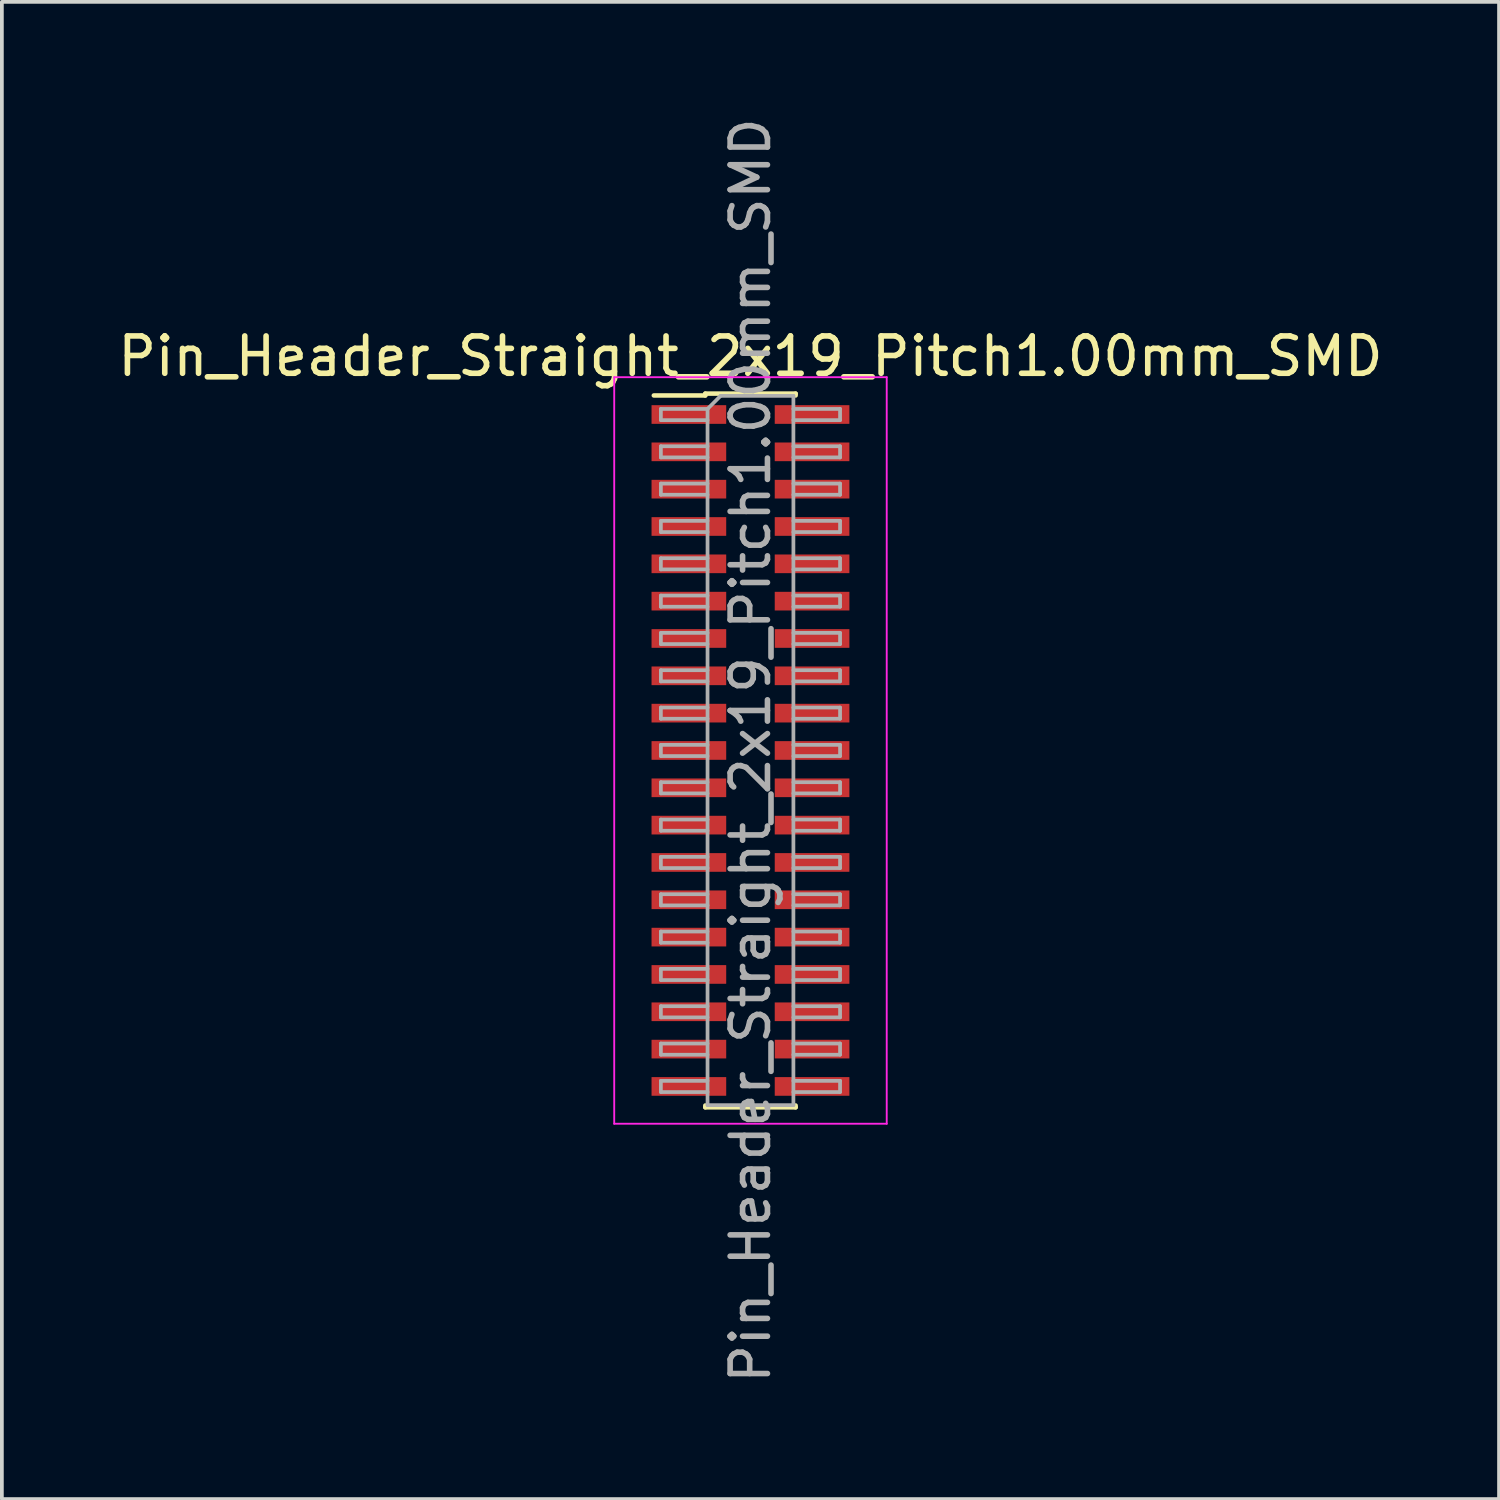
<source format=kicad_pcb>
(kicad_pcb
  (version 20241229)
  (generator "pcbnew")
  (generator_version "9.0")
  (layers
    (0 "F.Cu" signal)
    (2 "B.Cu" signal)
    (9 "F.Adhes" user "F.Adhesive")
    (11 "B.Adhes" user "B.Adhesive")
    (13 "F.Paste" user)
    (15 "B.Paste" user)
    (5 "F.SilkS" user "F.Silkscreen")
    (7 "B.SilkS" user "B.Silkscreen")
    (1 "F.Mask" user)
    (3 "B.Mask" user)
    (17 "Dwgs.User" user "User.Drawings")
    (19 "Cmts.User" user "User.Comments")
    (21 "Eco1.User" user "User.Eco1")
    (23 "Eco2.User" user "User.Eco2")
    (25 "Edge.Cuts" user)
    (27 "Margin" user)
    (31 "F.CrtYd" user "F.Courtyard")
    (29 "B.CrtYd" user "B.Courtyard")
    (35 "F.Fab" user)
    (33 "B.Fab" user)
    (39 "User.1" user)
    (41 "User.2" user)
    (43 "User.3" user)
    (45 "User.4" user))
  (footprint "Pin_Header_Straight_2x19_Pitch1.00mm_SMD"
    (layer "F.Cu")
    (at 17.054 17.054)
    (property "Reference" "Pin_Header_Straight_2x19_Pitch1.00mm_SMD" (at 0 -10.56 0) (layer "F.SilkS") (effects (font (size 1 1) (thickness 0.15))))
    (attr smd)
    (fp_line (start -2.59 -9.51) (end -1.21 -9.51) (stroke (width 0.12) (type solid)) (layer "F.SilkS"))
    (fp_line (start -1.21 -9.56) (end -1.21 -9.51) (stroke (width 0.12) (type solid)) (layer "F.SilkS"))
    (fp_line (start -1.21 -9.56) (end 1.21 -9.56) (stroke (width 0.12) (type solid)) (layer "F.SilkS"))
    (fp_line (start -1.21 9.51) (end -1.21 9.56) (stroke (width 0.12) (type solid)) (layer "F.SilkS"))
    (fp_line (start -1.21 9.56) (end 1.21 9.56) (stroke (width 0.12) (type solid)) (layer "F.SilkS"))
    (fp_line (start 1.21 -9.56) (end 1.21 -9.51) (stroke (width 0.12) (type solid)) (layer "F.SilkS"))
    (fp_line (start 1.21 9.51) (end 1.21 9.56) (stroke (width 0.12) (type solid)) (layer "F.SilkS"))
    (fp_line (start -3.65 -10) (end -3.65 10) (stroke (width 0.05) (type solid)) (layer "F.CrtYd"))
    (fp_line (start -3.65 10) (end 3.65 10) (stroke (width 0.05) (type solid)) (layer "F.CrtYd"))
    (fp_line (start 3.65 -10) (end -3.65 -10) (stroke (width 0.05) (type solid)) (layer "F.CrtYd"))
    (fp_line (start 3.65 10) (end 3.65 -10) (stroke (width 0.05) (type solid)) (layer "F.CrtYd"))
    (fp_line (start -2.4 -9.15) (end -2.4 -8.85) (stroke (width 0.1) (type solid)) (layer "F.Fab"))
    (fp_line (start -2.4 -8.85) (end -1.15 -8.85) (stroke (width 0.1) (type solid)) (layer "F.Fab"))
    (fp_line (start -2.4 -8.15) (end -2.4 -7.85) (stroke (width 0.1) (type solid)) (layer "F.Fab"))
    (fp_line (start -2.4 -7.85) (end -1.15 -7.85) (stroke (width 0.1) (type solid)) (layer "F.Fab"))
    (fp_line (start -2.4 -7.15) (end -2.4 -6.85) (stroke (width 0.1) (type solid)) (layer "F.Fab"))
    (fp_line (start -2.4 -6.85) (end -1.15 -6.85) (stroke (width 0.1) (type solid)) (layer "F.Fab"))
    (fp_line (start -2.4 -6.15) (end -2.4 -5.85) (stroke (width 0.1) (type solid)) (layer "F.Fab"))
    (fp_line (start -2.4 -5.85) (end -1.15 -5.85) (stroke (width 0.1) (type solid)) (layer "F.Fab"))
    (fp_line (start -2.4 -5.15) (end -2.4 -4.85) (stroke (width 0.1) (type solid)) (layer "F.Fab"))
    (fp_line (start -2.4 -4.85) (end -1.15 -4.85) (stroke (width 0.1) (type solid)) (layer "F.Fab"))
    (fp_line (start -2.4 -4.15) (end -2.4 -3.85) (stroke (width 0.1) (type solid)) (layer "F.Fab"))
    (fp_line (start -2.4 -3.85) (end -1.15 -3.85) (stroke (width 0.1) (type solid)) (layer "F.Fab"))
    (fp_line (start -2.4 -3.15) (end -2.4 -2.85) (stroke (width 0.1) (type solid)) (layer "F.Fab"))
    (fp_line (start -2.4 -2.85) (end -1.15 -2.85) (stroke (width 0.1) (type solid)) (layer "F.Fab"))
    (fp_line (start -2.4 -2.15) (end -2.4 -1.85) (stroke (width 0.1) (type solid)) (layer "F.Fab"))
    (fp_line (start -2.4 -1.85) (end -1.15 -1.85) (stroke (width 0.1) (type solid)) (layer "F.Fab"))
    (fp_line (start -2.4 -1.15) (end -2.4 -0.85) (stroke (width 0.1) (type solid)) (layer "F.Fab"))
    (fp_line (start -2.4 -0.85) (end -1.15 -0.85) (stroke (width 0.1) (type solid)) (layer "F.Fab"))
    (fp_line (start -2.4 -0.15) (end -2.4 0.15) (stroke (width 0.1) (type solid)) (layer "F.Fab"))
    (fp_line (start -2.4 0.15) (end -1.15 0.15) (stroke (width 0.1) (type solid)) (layer "F.Fab"))
    (fp_line (start -2.4 0.85) (end -2.4 1.15) (stroke (width 0.1) (type solid)) (layer "F.Fab"))
    (fp_line (start -2.4 1.15) (end -1.15 1.15) (stroke (width 0.1) (type solid)) (layer "F.Fab"))
    (fp_line (start -2.4 1.85) (end -2.4 2.15) (stroke (width 0.1) (type solid)) (layer "F.Fab"))
    (fp_line (start -2.4 2.15) (end -1.15 2.15) (stroke (width 0.1) (type solid)) (layer "F.Fab"))
    (fp_line (start -2.4 2.85) (end -2.4 3.15) (stroke (width 0.1) (type solid)) (layer "F.Fab"))
    (fp_line (start -2.4 3.15) (end -1.15 3.15) (stroke (width 0.1) (type solid)) (layer "F.Fab"))
    (fp_line (start -2.4 3.85) (end -2.4 4.15) (stroke (width 0.1) (type solid)) (layer "F.Fab"))
    (fp_line (start -2.4 4.15) (end -1.15 4.15) (stroke (width 0.1) (type solid)) (layer "F.Fab"))
    (fp_line (start -2.4 4.85) (end -2.4 5.15) (stroke (width 0.1) (type solid)) (layer "F.Fab"))
    (fp_line (start -2.4 5.15) (end -1.15 5.15) (stroke (width 0.1) (type solid)) (layer "F.Fab"))
    (fp_line (start -2.4 5.85) (end -2.4 6.15) (stroke (width 0.1) (type solid)) (layer "F.Fab"))
    (fp_line (start -2.4 6.15) (end -1.15 6.15) (stroke (width 0.1) (type solid)) (layer "F.Fab"))
    (fp_line (start -2.4 6.85) (end -2.4 7.15) (stroke (width 0.1) (type solid)) (layer "F.Fab"))
    (fp_line (start -2.4 7.15) (end -1.15 7.15) (stroke (width 0.1) (type solid)) (layer "F.Fab"))
    (fp_line (start -2.4 7.85) (end -2.4 8.15) (stroke (width 0.1) (type solid)) (layer "F.Fab"))
    (fp_line (start -2.4 8.15) (end -1.15 8.15) (stroke (width 0.1) (type solid)) (layer "F.Fab"))
    (fp_line (start -2.4 8.85) (end -2.4 9.15) (stroke (width 0.1) (type solid)) (layer "F.Fab"))
    (fp_line (start -2.4 9.15) (end -1.15 9.15) (stroke (width 0.1) (type solid)) (layer "F.Fab"))
    (fp_line (start -1.15 -9.15) (end -2.4 -9.15) (stroke (width 0.1) (type solid)) (layer "F.Fab"))
    (fp_line (start -1.15 -9.15) (end -0.8 -9.5) (stroke (width 0.1) (type solid)) (layer "F.Fab"))
    (fp_line (start -1.15 -8.15) (end -2.4 -8.15) (stroke (width 0.1) (type solid)) (layer "F.Fab"))
    (fp_line (start -1.15 -7.15) (end -2.4 -7.15) (stroke (width 0.1) (type solid)) (layer "F.Fab"))
    (fp_line (start -1.15 -6.15) (end -2.4 -6.15) (stroke (width 0.1) (type solid)) (layer "F.Fab"))
    (fp_line (start -1.15 -5.15) (end -2.4 -5.15) (stroke (width 0.1) (type solid)) (layer "F.Fab"))
    (fp_line (start -1.15 -4.15) (end -2.4 -4.15) (stroke (width 0.1) (type solid)) (layer "F.Fab"))
    (fp_line (start -1.15 -3.15) (end -2.4 -3.15) (stroke (width 0.1) (type solid)) (layer "F.Fab"))
    (fp_line (start -1.15 -2.15) (end -2.4 -2.15) (stroke (width 0.1) (type solid)) (layer "F.Fab"))
    (fp_line (start -1.15 -1.15) (end -2.4 -1.15) (stroke (width 0.1) (type solid)) (layer "F.Fab"))
    (fp_line (start -1.15 -0.15) (end -2.4 -0.15) (stroke (width 0.1) (type solid)) (layer "F.Fab"))
    (fp_line (start -1.15 0.85) (end -2.4 0.85) (stroke (width 0.1) (type solid)) (layer "F.Fab"))
    (fp_line (start -1.15 1.85) (end -2.4 1.85) (stroke (width 0.1) (type solid)) (layer "F.Fab"))
    (fp_line (start -1.15 2.85) (end -2.4 2.85) (stroke (width 0.1) (type solid)) (layer "F.Fab"))
    (fp_line (start -1.15 3.85) (end -2.4 3.85) (stroke (width 0.1) (type solid)) (layer "F.Fab"))
    (fp_line (start -1.15 4.85) (end -2.4 4.85) (stroke (width 0.1) (type solid)) (layer "F.Fab"))
    (fp_line (start -1.15 5.85) (end -2.4 5.85) (stroke (width 0.1) (type solid)) (layer "F.Fab"))
    (fp_line (start -1.15 6.85) (end -2.4 6.85) (stroke (width 0.1) (type solid)) (layer "F.Fab"))
    (fp_line (start -1.15 7.85) (end -2.4 7.85) (stroke (width 0.1) (type solid)) (layer "F.Fab"))
    (fp_line (start -1.15 8.85) (end -2.4 8.85) (stroke (width 0.1) (type solid)) (layer "F.Fab"))
    (fp_line (start -1.15 9.5) (end -1.15 -9.15) (stroke (width 0.1) (type solid)) (layer "F.Fab"))
    (fp_line (start -0.8 -9.5) (end 1.15 -9.5) (stroke (width 0.1) (type solid)) (layer "F.Fab"))
    (fp_line (start 1.15 -9.5) (end 1.15 9.5) (stroke (width 0.1) (type solid)) (layer "F.Fab"))
    (fp_line (start 1.15 -9.15) (end 2.4 -9.15) (stroke (width 0.1) (type solid)) (layer "F.Fab"))
    (fp_line (start 1.15 -8.15) (end 2.4 -8.15) (stroke (width 0.1) (type solid)) (layer "F.Fab"))
    (fp_line (start 1.15 -7.15) (end 2.4 -7.15) (stroke (width 0.1) (type solid)) (layer "F.Fab"))
    (fp_line (start 1.15 -6.15) (end 2.4 -6.15) (stroke (width 0.1) (type solid)) (layer "F.Fab"))
    (fp_line (start 1.15 -5.15) (end 2.4 -5.15) (stroke (width 0.1) (type solid)) (layer "F.Fab"))
    (fp_line (start 1.15 -4.15) (end 2.4 -4.15) (stroke (width 0.1) (type solid)) (layer "F.Fab"))
    (fp_line (start 1.15 -3.15) (end 2.4 -3.15) (stroke (width 0.1) (type solid)) (layer "F.Fab"))
    (fp_line (start 1.15 -2.15) (end 2.4 -2.15) (stroke (width 0.1) (type solid)) (layer "F.Fab"))
    (fp_line (start 1.15 -1.15) (end 2.4 -1.15) (stroke (width 0.1) (type solid)) (layer "F.Fab"))
    (fp_line (start 1.15 -0.15) (end 2.4 -0.15) (stroke (width 0.1) (type solid)) (layer "F.Fab"))
    (fp_line (start 1.15 0.85) (end 2.4 0.85) (stroke (width 0.1) (type solid)) (layer "F.Fab"))
    (fp_line (start 1.15 1.85) (end 2.4 1.85) (stroke (width 0.1) (type solid)) (layer "F.Fab"))
    (fp_line (start 1.15 2.85) (end 2.4 2.85) (stroke (width 0.1) (type solid)) (layer "F.Fab"))
    (fp_line (start 1.15 3.85) (end 2.4 3.85) (stroke (width 0.1) (type solid)) (layer "F.Fab"))
    (fp_line (start 1.15 4.85) (end 2.4 4.85) (stroke (width 0.1) (type solid)) (layer "F.Fab"))
    (fp_line (start 1.15 5.85) (end 2.4 5.85) (stroke (width 0.1) (type solid)) (layer "F.Fab"))
    (fp_line (start 1.15 6.85) (end 2.4 6.85) (stroke (width 0.1) (type solid)) (layer "F.Fab"))
    (fp_line (start 1.15 7.85) (end 2.4 7.85) (stroke (width 0.1) (type solid)) (layer "F.Fab"))
    (fp_line (start 1.15 8.85) (end 2.4 8.85) (stroke (width 0.1) (type solid)) (layer "F.Fab"))
    (fp_line (start 1.15 9.5) (end -1.15 9.5) (stroke (width 0.1) (type solid)) (layer "F.Fab"))
    (fp_line (start 2.4 -9.15) (end 2.4 -8.85) (stroke (width 0.1) (type solid)) (layer "F.Fab"))
    (fp_line (start 2.4 -8.85) (end 1.15 -8.85) (stroke (width 0.1) (type solid)) (layer "F.Fab"))
    (fp_line (start 2.4 -8.15) (end 2.4 -7.85) (stroke (width 0.1) (type solid)) (layer "F.Fab"))
    (fp_line (start 2.4 -7.85) (end 1.15 -7.85) (stroke (width 0.1) (type solid)) (layer "F.Fab"))
    (fp_line (start 2.4 -7.15) (end 2.4 -6.85) (stroke (width 0.1) (type solid)) (layer "F.Fab"))
    (fp_line (start 2.4 -6.85) (end 1.15 -6.85) (stroke (width 0.1) (type solid)) (layer "F.Fab"))
    (fp_line (start 2.4 -6.15) (end 2.4 -5.85) (stroke (width 0.1) (type solid)) (layer "F.Fab"))
    (fp_line (start 2.4 -5.85) (end 1.15 -5.85) (stroke (width 0.1) (type solid)) (layer "F.Fab"))
    (fp_line (start 2.4 -5.15) (end 2.4 -4.85) (stroke (width 0.1) (type solid)) (layer "F.Fab"))
    (fp_line (start 2.4 -4.85) (end 1.15 -4.85) (stroke (width 0.1) (type solid)) (layer "F.Fab"))
    (fp_line (start 2.4 -4.15) (end 2.4 -3.85) (stroke (width 0.1) (type solid)) (layer "F.Fab"))
    (fp_line (start 2.4 -3.85) (end 1.15 -3.85) (stroke (width 0.1) (type solid)) (layer "F.Fab"))
    (fp_line (start 2.4 -3.15) (end 2.4 -2.85) (stroke (width 0.1) (type solid)) (layer "F.Fab"))
    (fp_line (start 2.4 -2.85) (end 1.15 -2.85) (stroke (width 0.1) (type solid)) (layer "F.Fab"))
    (fp_line (start 2.4 -2.15) (end 2.4 -1.85) (stroke (width 0.1) (type solid)) (layer "F.Fab"))
    (fp_line (start 2.4 -1.85) (end 1.15 -1.85) (stroke (width 0.1) (type solid)) (layer "F.Fab"))
    (fp_line (start 2.4 -1.15) (end 2.4 -0.85) (stroke (width 0.1) (type solid)) (layer "F.Fab"))
    (fp_line (start 2.4 -0.85) (end 1.15 -0.85) (stroke (width 0.1) (type solid)) (layer "F.Fab"))
    (fp_line (start 2.4 -0.15) (end 2.4 0.15) (stroke (width 0.1) (type solid)) (layer "F.Fab"))
    (fp_line (start 2.4 0.15) (end 1.15 0.15) (stroke (width 0.1) (type solid)) (layer "F.Fab"))
    (fp_line (start 2.4 0.85) (end 2.4 1.15) (stroke (width 0.1) (type solid)) (layer "F.Fab"))
    (fp_line (start 2.4 1.15) (end 1.15 1.15) (stroke (width 0.1) (type solid)) (layer "F.Fab"))
    (fp_line (start 2.4 1.85) (end 2.4 2.15) (stroke (width 0.1) (type solid)) (layer "F.Fab"))
    (fp_line (start 2.4 2.15) (end 1.15 2.15) (stroke (width 0.1) (type solid)) (layer "F.Fab"))
    (fp_line (start 2.4 2.85) (end 2.4 3.15) (stroke (width 0.1) (type solid)) (layer "F.Fab"))
    (fp_line (start 2.4 3.15) (end 1.15 3.15) (stroke (width 0.1) (type solid)) (layer "F.Fab"))
    (fp_line (start 2.4 3.85) (end 2.4 4.15) (stroke (width 0.1) (type solid)) (layer "F.Fab"))
    (fp_line (start 2.4 4.15) (end 1.15 4.15) (stroke (width 0.1) (type solid)) (layer "F.Fab"))
    (fp_line (start 2.4 4.85) (end 2.4 5.15) (stroke (width 0.1) (type solid)) (layer "F.Fab"))
    (fp_line (start 2.4 5.15) (end 1.15 5.15) (stroke (width 0.1) (type solid)) (layer "F.Fab"))
    (fp_line (start 2.4 5.85) (end 2.4 6.15) (stroke (width 0.1) (type solid)) (layer "F.Fab"))
    (fp_line (start 2.4 6.15) (end 1.15 6.15) (stroke (width 0.1) (type solid)) (layer "F.Fab"))
    (fp_line (start 2.4 6.85) (end 2.4 7.15) (stroke (width 0.1) (type solid)) (layer "F.Fab"))
    (fp_line (start 2.4 7.15) (end 1.15 7.15) (stroke (width 0.1) (type solid)) (layer "F.Fab"))
    (fp_line (start 2.4 7.85) (end 2.4 8.15) (stroke (width 0.1) (type solid)) (layer "F.Fab"))
    (fp_line (start 2.4 8.15) (end 1.15 8.15) (stroke (width 0.1) (type solid)) (layer "F.Fab"))
    (fp_line (start 2.4 8.85) (end 2.4 9.15) (stroke (width 0.1) (type solid)) (layer "F.Fab"))
    (fp_line (start 2.4 9.15) (end 1.15 9.15) (stroke (width 0.1) (type solid)) (layer "F.Fab"))
    (fp_text user "${REFERENCE}" (at 0 0 90) (layer "F.Fab") (effects (font (size 1 1) (thickness 0.15))))
    (pad "1" smd rect (at -1.65 -9) (size 2 0.5) (layers "F.Cu" "F.Mask" "F.Paste"))
    (pad "2" smd rect (at 1.65 -9) (size 2 0.5) (layers "F.Cu" "F.Mask" "F.Paste"))
    (pad "3" smd rect (at -1.65 -8) (size 2 0.5) (layers "F.Cu" "F.Mask" "F.Paste"))
    (pad "4" smd rect (at 1.65 -8) (size 2 0.5) (layers "F.Cu" "F.Mask" "F.Paste"))
    (pad "5" smd rect (at -1.65 -7) (size 2 0.5) (layers "F.Cu" "F.Mask" "F.Paste"))
    (pad "6" smd rect (at 1.65 -7) (size 2 0.5) (layers "F.Cu" "F.Mask" "F.Paste"))
    (pad "7" smd rect (at -1.65 -6) (size 2 0.5) (layers "F.Cu" "F.Mask" "F.Paste"))
    (pad "8" smd rect (at 1.65 -6) (size 2 0.5) (layers "F.Cu" "F.Mask" "F.Paste"))
    (pad "9" smd rect (at -1.65 -5) (size 2 0.5) (layers "F.Cu" "F.Mask" "F.Paste"))
    (pad "10" smd rect (at 1.65 -5) (size 2 0.5) (layers "F.Cu" "F.Mask" "F.Paste"))
    (pad "11" smd rect (at -1.65 -4) (size 2 0.5) (layers "F.Cu" "F.Mask" "F.Paste"))
    (pad "12" smd rect (at 1.65 -4) (size 2 0.5) (layers "F.Cu" "F.Mask" "F.Paste"))
    (pad "13" smd rect (at -1.65 -3) (size 2 0.5) (layers "F.Cu" "F.Mask" "F.Paste"))
    (pad "14" smd rect (at 1.65 -3) (size 2 0.5) (layers "F.Cu" "F.Mask" "F.Paste"))
    (pad "15" smd rect (at -1.65 -2) (size 2 0.5) (layers "F.Cu" "F.Mask" "F.Paste"))
    (pad "16" smd rect (at 1.65 -2) (size 2 0.5) (layers "F.Cu" "F.Mask" "F.Paste"))
    (pad "17" smd rect (at -1.65 -1) (size 2 0.5) (layers "F.Cu" "F.Mask" "F.Paste"))
    (pad "18" smd rect (at 1.65 -1) (size 2 0.5) (layers "F.Cu" "F.Mask" "F.Paste"))
    (pad "19" smd rect (at -1.65 0) (size 2 0.5) (layers "F.Cu" "F.Mask" "F.Paste"))
    (pad "20" smd rect (at 1.65 0) (size 2 0.5) (layers "F.Cu" "F.Mask" "F.Paste"))
    (pad "21" smd rect (at -1.65 1) (size 2 0.5) (layers "F.Cu" "F.Mask" "F.Paste"))
    (pad "22" smd rect (at 1.65 1) (size 2 0.5) (layers "F.Cu" "F.Mask" "F.Paste"))
    (pad "23" smd rect (at -1.65 2) (size 2 0.5) (layers "F.Cu" "F.Mask" "F.Paste"))
    (pad "24" smd rect (at 1.65 2) (size 2 0.5) (layers "F.Cu" "F.Mask" "F.Paste"))
    (pad "25" smd rect (at -1.65 3) (size 2 0.5) (layers "F.Cu" "F.Mask" "F.Paste"))
    (pad "26" smd rect (at 1.65 3) (size 2 0.5) (layers "F.Cu" "F.Mask" "F.Paste"))
    (pad "27" smd rect (at -1.65 4) (size 2 0.5) (layers "F.Cu" "F.Mask" "F.Paste"))
    (pad "28" smd rect (at 1.65 4) (size 2 0.5) (layers "F.Cu" "F.Mask" "F.Paste"))
    (pad "29" smd rect (at -1.65 5) (size 2 0.5) (layers "F.Cu" "F.Mask" "F.Paste"))
    (pad "30" smd rect (at 1.65 5) (size 2 0.5) (layers "F.Cu" "F.Mask" "F.Paste"))
    (pad "31" smd rect (at -1.65 6) (size 2 0.5) (layers "F.Cu" "F.Mask" "F.Paste"))
    (pad "32" smd rect (at 1.65 6) (size 2 0.5) (layers "F.Cu" "F.Mask" "F.Paste"))
    (pad "33" smd rect (at -1.65 7) (size 2 0.5) (layers "F.Cu" "F.Mask" "F.Paste"))
    (pad "34" smd rect (at 1.65 7) (size 2 0.5) (layers "F.Cu" "F.Mask" "F.Paste"))
    (pad "35" smd rect (at -1.65 8) (size 2 0.5) (layers "F.Cu" "F.Mask" "F.Paste"))
    (pad "36" smd rect (at 1.65 8) (size 2 0.5) (layers "F.Cu" "F.Mask" "F.Paste"))
    (pad "37" smd rect (at -1.65 9) (size 2 0.5) (layers "F.Cu" "F.Mask" "F.Paste"))
    (pad "38" smd rect (at 1.65 9) (size 2 0.5) (layers "F.Cu" "F.Mask" "F.Paste")))
  (gr_rect
    (start -3 -3)
    (end 37.107 37.107)
    (stroke (width 0.1) (type default))
    (fill no)
    (layer "Edge.Cuts")))
</source>
